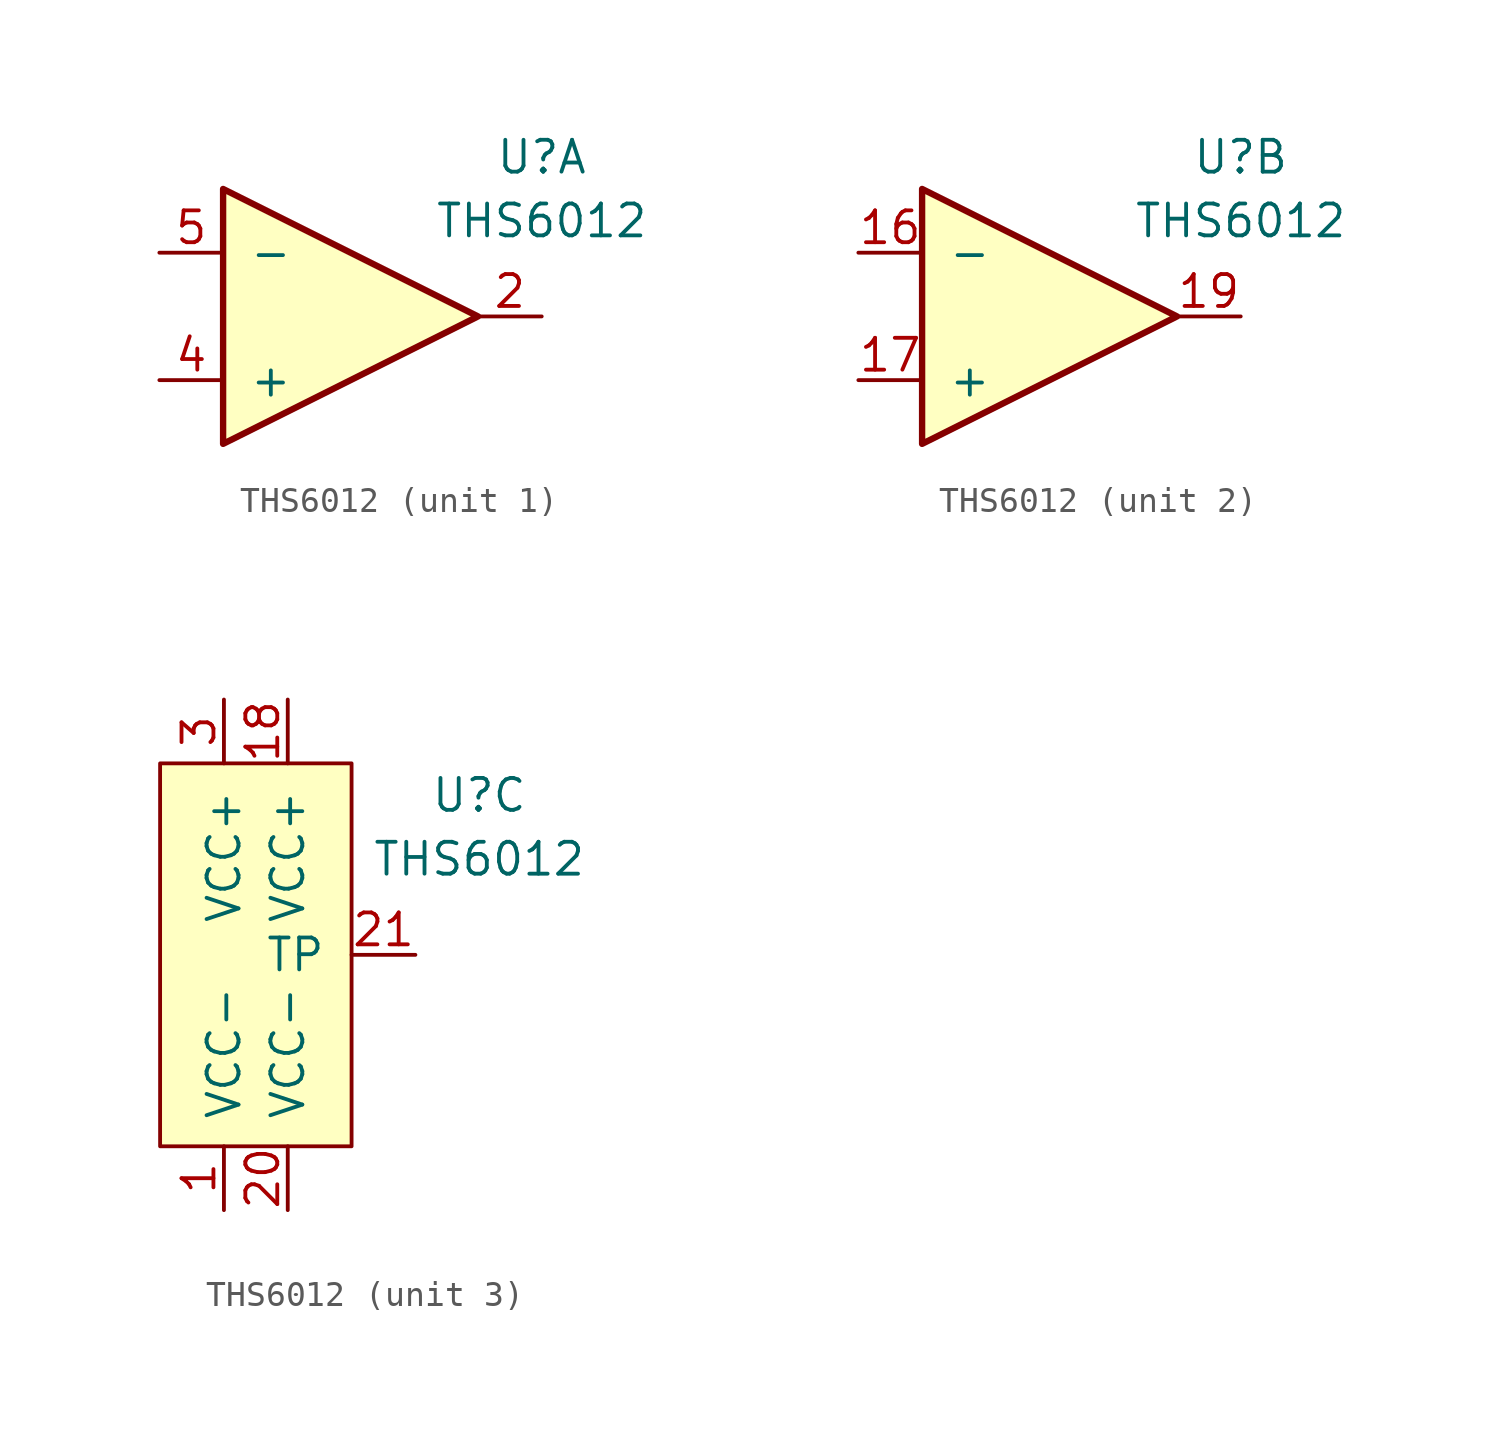
<source format=kicad_sym>
(kicad_symbol_lib
  (version 20211014)
  (generator kicad_symbol_editor)
  (symbol "THS6012"
    (pin_names
      (offset 1.016))
    (property "Reference" "U"
      (at 8.89 6.35 0)
      (effects (font (size 1.27 1.27))))
    (property "Value" "THS6012"
      (at 8.89 3.81 0)
      (effects (font (size 1.27 1.27))))
    (symbol "THS6012_1_1"
      (polyline (pts (xy -3.81 5.08) (xy 6.35 0) (xy -3.81 -5.08) (xy -3.81 5.08)) (stroke (width 0.254) (type default) (color 0 0 0 0)) (fill (type background)))
      (pin output line (at 8.89 0 180) (length 2.54) (name "~" (effects (font (size 1.27 1.27)))) (number "2" (effects (font (size 1.27 1.27)))))
      (pin input line (at -6.35 -2.54 0) (length 2.54) (name "+" (effects (font (size 1.27 1.27)))) (number "4" (effects (font (size 1.27 1.27)))))
      (pin input line (at -6.35 2.54 0) (length 2.54) (name "-" (effects (font (size 1.27 1.27)))) (number "5" (effects (font (size 1.27 1.27))))))
    (symbol "THS6012_2_1"
      (polyline (pts (xy -3.81 5.08) (xy 6.35 0) (xy -3.81 -5.08) (xy -3.81 5.08)) (stroke (width 0.254) (type default) (color 0 0 0 0)) (fill (type background)))
      (pin input line (at -6.35 2.54 0) (length 2.54) (name "-" (effects (font (size 1.27 1.27)))) (number "16" (effects (font (size 1.27 1.27)))))
      (pin input line (at -6.35 -2.54 0) (length 2.54) (name "+" (effects (font (size 1.27 1.27)))) (number "17" (effects (font (size 1.27 1.27)))))
      (pin output line (at 8.89 0 180) (length 2.54) (name "~" (effects (font (size 1.27 1.27)))) (number "19" (effects (font (size 1.27 1.27))))))
    (symbol "THS6012_3_1"
      (rectangle (start -3.81 7.62) (end 3.81 -7.62) (stroke (width 0) (type default) (color 0 0 0 0)) (fill (type background)))
      (pin passive line (at -1.27 -10.16 90) (length 2.54) (name "VCC-" (effects (font (size 1.27 1.27)))) (number "1" (effects (font (size 1.27 1.27)))))
      (pin no_connect non_logic (at -3.81 -5.08 0) (length 0) hide (name "NC" (effects (font (size 1.27 1.27)))) (number "10" (effects (font (size 1.27 1.27)))))
      (pin no_connect non_logic (at 3.81 -5.08 180) (length 0) hide (name "NC" (effects (font (size 1.27 1.27)))) (number "11" (effects (font (size 1.27 1.27)))))
      (pin no_connect non_logic (at 3.81 -2.54 180) (length 0) hide (name "NC" (effects (font (size 1.27 1.27)))) (number "12" (effects (font (size 1.27 1.27)))))
      (pin no_connect non_logic (at -3.81 -7.62 0) (length 0) hide (name "NC" (effects (font (size 1.27 1.27)))) (number "13" (effects (font (size 1.27 1.27)))))
      (pin no_connect non_logic (at 3.81 2.54 180) (length 0) hide (name "NC" (effects (font (size 1.27 1.27)))) (number "14" (effects (font (size 1.27 1.27)))))
      (pin no_connect non_logic (at 3.81 5.08 180) (length 0) hide (name "NC" (effects (font (size 1.27 1.27)))) (number "15" (effects (font (size 1.27 1.27)))))
      (pin passive line (at 1.27 10.16 270) (length 2.54) (name "VCC+" (effects (font (size 1.27 1.27)))) (number "18" (effects (font (size 1.27 1.27)))))
      (pin passive line (at 1.27 -10.16 90) (length 2.54) (name "VCC-" (effects (font (size 1.27 1.27)))) (number "20" (effects (font (size 1.27 1.27)))))
      (pin passive line (at 6.35 0 180) (length 2.54) (name "TP" (effects (font (size 1.27 1.27)))) (number "21" (effects (font (size 1.27 1.27)))))
      (pin passive line (at -1.27 10.16 270) (length 2.54) (name "VCC+" (effects (font (size 1.27 1.27)))) (number "3" (effects (font (size 1.27 1.27)))))
      (pin no_connect non_logic (at -3.81 5.08 0) (length 0) hide (name "NC" (effects (font (size 1.27 1.27)))) (number "6" (effects (font (size 1.27 1.27)))))
      (pin no_connect non_logic (at -3.81 2.54 0) (length 0) hide (name "NC" (effects (font (size 1.27 1.27)))) (number "7" (effects (font (size 1.27 1.27)))))
      (pin no_connect non_logic (at -3.81 0 0) (length 0) hide (name "NC" (effects (font (size 1.27 1.27)))) (number "8" (effects (font (size 1.27 1.27)))))
      (pin no_connect non_logic (at -3.81 -2.54 0) (length 0) hide (name "NC" (effects (font (size 1.27 1.27)))) (number "9" (effects (font (size 1.27 1.27))))))))
</source>
